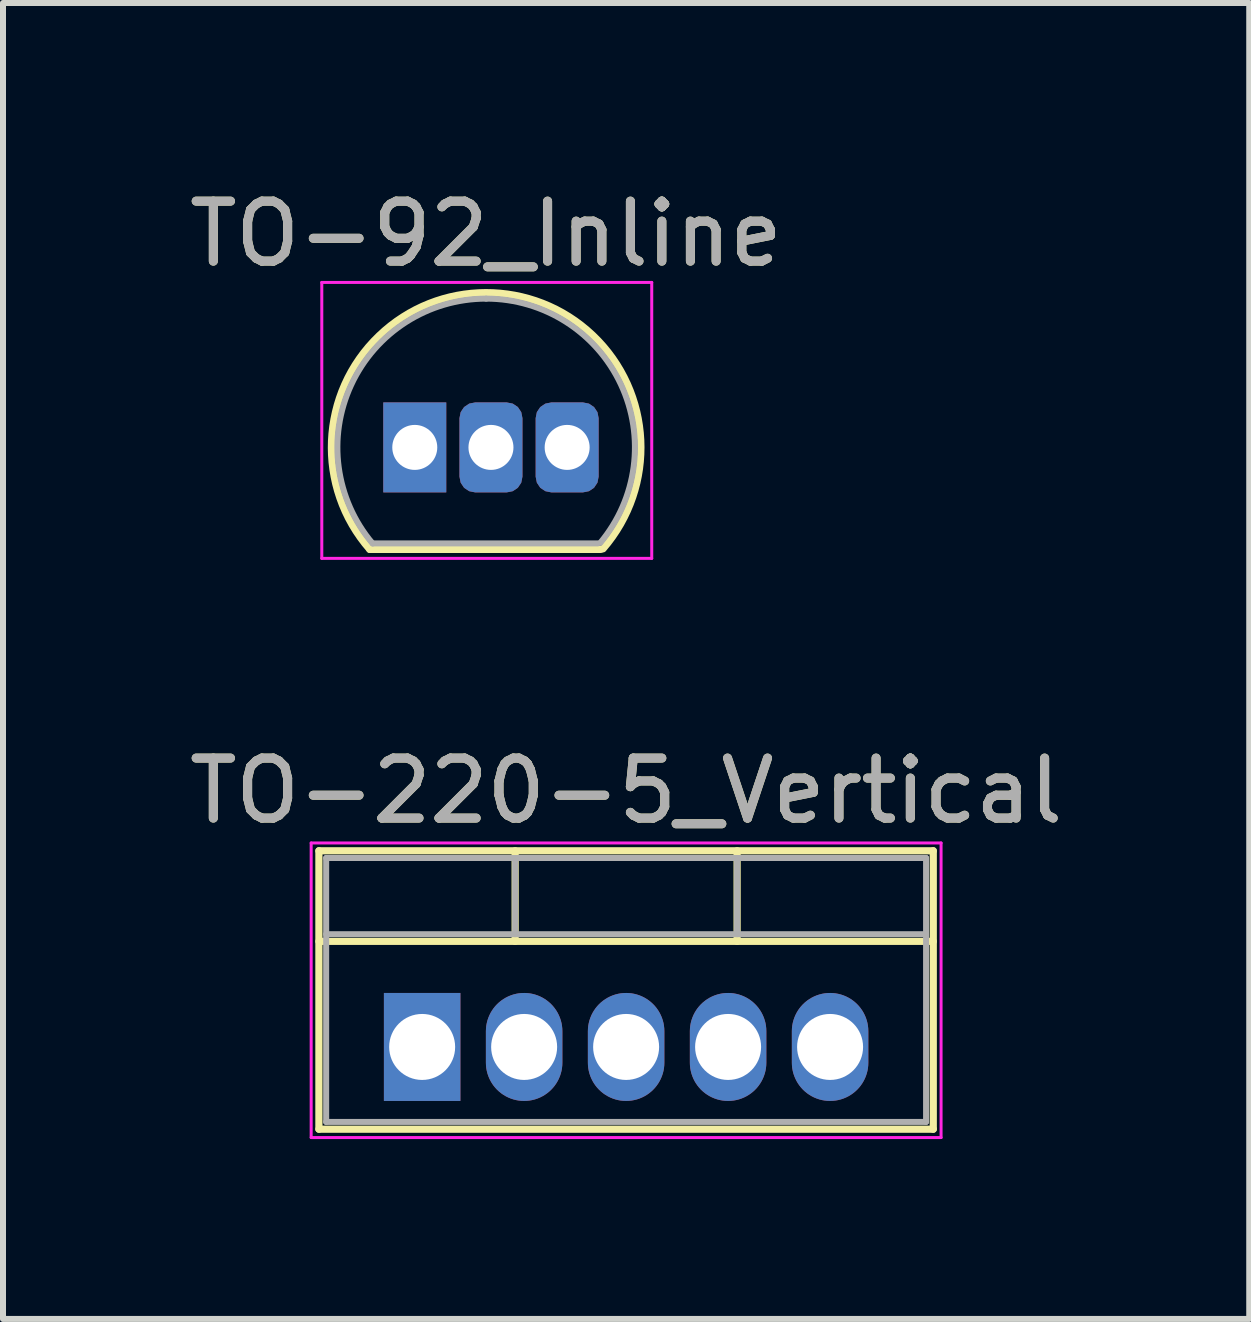
<source format=kicad_pcb>
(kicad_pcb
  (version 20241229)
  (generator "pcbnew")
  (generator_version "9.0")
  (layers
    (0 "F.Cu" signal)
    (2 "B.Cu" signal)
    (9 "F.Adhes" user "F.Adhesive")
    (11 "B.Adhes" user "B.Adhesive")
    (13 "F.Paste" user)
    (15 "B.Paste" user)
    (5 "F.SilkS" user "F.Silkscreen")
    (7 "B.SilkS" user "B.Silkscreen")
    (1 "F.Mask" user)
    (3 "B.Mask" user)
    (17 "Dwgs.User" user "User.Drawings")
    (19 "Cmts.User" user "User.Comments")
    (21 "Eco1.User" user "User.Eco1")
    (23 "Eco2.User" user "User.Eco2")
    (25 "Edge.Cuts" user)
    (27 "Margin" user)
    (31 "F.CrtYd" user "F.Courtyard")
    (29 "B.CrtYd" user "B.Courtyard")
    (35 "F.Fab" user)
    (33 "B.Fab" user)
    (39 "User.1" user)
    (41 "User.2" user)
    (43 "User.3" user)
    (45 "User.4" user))
  (footprint "TO-220-5_Vertical"
    (layer "F.Cu")
    (at 3.987 14.402)
    (property "Reference" "TO-220-5_Vertical" (at 3.4 -4.27 0) (layer "F.SilkS") (effects (font (size 1 1) (thickness 0.15))))
    (attr through_hole)
    (fp_line (start -1.721 -3.27) (end -1.721 1.371) (stroke (width 0.12) (type solid)) (layer "F.SilkS"))
    (fp_line (start -1.721 -3.27) (end 8.52 -3.27) (stroke (width 0.12) (type solid)) (layer "F.SilkS"))
    (fp_line (start -1.721 -1.76) (end 8.52 -1.76) (stroke (width 0.12) (type solid)) (layer "F.SilkS"))
    (fp_line (start -1.721 1.371) (end 8.52 1.371) (stroke (width 0.12) (type solid)) (layer "F.SilkS"))
    (fp_line (start 1.55 -3.27) (end 1.55 -1.76) (stroke (width 0.12) (type solid)) (layer "F.SilkS"))
    (fp_line (start 5.25 -3.27) (end 5.25 -1.76) (stroke (width 0.12) (type solid)) (layer "F.SilkS"))
    (fp_line (start 8.52 -3.27) (end 8.52 1.371) (stroke (width 0.12) (type solid)) (layer "F.SilkS"))
    (fp_line (start -1.85 -3.4) (end -1.85 1.51) (stroke (width 0.05) (type solid)) (layer "F.CrtYd"))
    (fp_line (start -1.85 1.51) (end 8.65 1.51) (stroke (width 0.05) (type solid)) (layer "F.CrtYd"))
    (fp_line (start 8.65 -3.4) (end -1.85 -3.4) (stroke (width 0.05) (type solid)) (layer "F.CrtYd"))
    (fp_line (start 8.65 1.51) (end 8.65 -3.4) (stroke (width 0.05) (type solid)) (layer "F.CrtYd"))
    (fp_line (start -1.6 -3.15) (end -1.6 1.25) (stroke (width 0.1) (type solid)) (layer "F.Fab"))
    (fp_line (start -1.6 -1.88) (end 8.4 -1.88) (stroke (width 0.1) (type solid)) (layer "F.Fab"))
    (fp_line (start -1.6 1.25) (end 8.4 1.25) (stroke (width 0.1) (type solid)) (layer "F.Fab"))
    (fp_line (start 1.55 -3.15) (end 1.55 -1.88) (stroke (width 0.1) (type solid)) (layer "F.Fab"))
    (fp_line (start 5.25 -3.15) (end 5.25 -1.88) (stroke (width 0.1) (type solid)) (layer "F.Fab"))
    (fp_line (start 8.4 -3.15) (end -1.6 -3.15) (stroke (width 0.1) (type solid)) (layer "F.Fab"))
    (fp_line (start 8.4 1.25) (end 8.4 -3.15) (stroke (width 0.1) (type solid)) (layer "F.Fab"))
    (fp_text user "${REFERENCE}" (at 3.4 -4.27 0) (layer "F.Fab") (effects (font (size 1 1) (thickness 0.15))))
    (pad "1" thru_hole rect (at 0 0) (size 1.275 1.8) (drill 1.1) (layers "*.Cu" "*.Mask"))
    (pad "2" thru_hole oval (at 1.7 0) (size 1.275 1.8) (drill 1.1) (layers "*.Cu" "*.Mask"))
    (pad "3" thru_hole oval (at 3.4 0) (size 1.275 1.8) (drill 1.1) (layers "*.Cu" "*.Mask"))
    (pad "4" thru_hole oval (at 5.1 0) (size 1.275 1.8) (drill 1.1) (layers "*.Cu" "*.Mask"))
    (pad "5" thru_hole oval (at 6.8 0) (size 1.275 1.8) (drill 1.1) (layers "*.Cu" "*.Mask")))
  (footprint "TO-92_Inline"
    (layer "F.Cu")
    (at 3.864 4.408)
    (property "Reference" "TO-92_Inline" (at 1.19 -3.56 0) (layer "F.SilkS") (effects (font (size 1 1) (thickness 0.15))))
    (attr through_hole)
    (fp_line (start -0.75 1.7) (end 3.1 1.7) (stroke (width 0.12) (type solid)) (layer "F.SilkS"))
    (fp_arc (start -0.75 1.7) (mid 1.183448 -2.579449) (end 3.138611 1.690122) (stroke (width 0.12) (type solid)) (layer "F.SilkS"))
    (fp_line (start -1.55 -2.75) (end -1.55 1.85) (stroke (width 0.05) (type solid)) (layer "F.CrtYd"))
    (fp_line (start -1.55 -2.75) (end 3.95 -2.75) (stroke (width 0.05) (type solid)) (layer "F.CrtYd"))
    (fp_line (start 3.95 1.85) (end -1.55 1.85) (stroke (width 0.05) (type solid)) (layer "F.CrtYd"))
    (fp_line (start 3.95 1.85) (end 3.95 -2.75) (stroke (width 0.05) (type solid)) (layer "F.CrtYd"))
    (fp_line (start -0.7 1.6) (end 3.05 1.6) (stroke (width 0.1) (type solid)) (layer "F.Fab"))
    (fp_arc (start -0.702818 1.602385) (mid -1.059924 -1.043188) (end 1.19 -2.48) (stroke (width 0.1) (type solid)) (layer "F.Fab"))
    (fp_arc (start 1.19 -2.48) (mid 3.437211 -1.049019) (end 3.091103 1.592547) (stroke (width 0.1) (type solid)) (layer "F.Fab"))
    (fp_text user "${REFERENCE}" (at 1.19 -3.56 0) (layer "F.Fab") (effects (font (size 1 1) (thickness 0.15))))
    (pad "1" thru_hole rect (at 0 0) (size 1.05 1.5) (drill 0.75) (layers "*.Cu" "*.Mask"))
    (pad "2" thru_hole roundrect (at 1.27 0) (size 1.05 1.5) (drill 0.75) (layers "*.Cu" "*.Mask") (roundrect_rratio 0.25))
    (pad "3" thru_hole roundrect (at 2.54 0) (size 1.05 1.5) (drill 0.75) (layers "*.Cu" "*.Mask") (roundrect_rratio 0.25)))
  (gr_rect
    (start -3 -3)
    (end 17.774 18.936)
    (stroke (width 0.1) (type default))
    (fill no)
    (layer "Edge.Cuts")))
</source>
